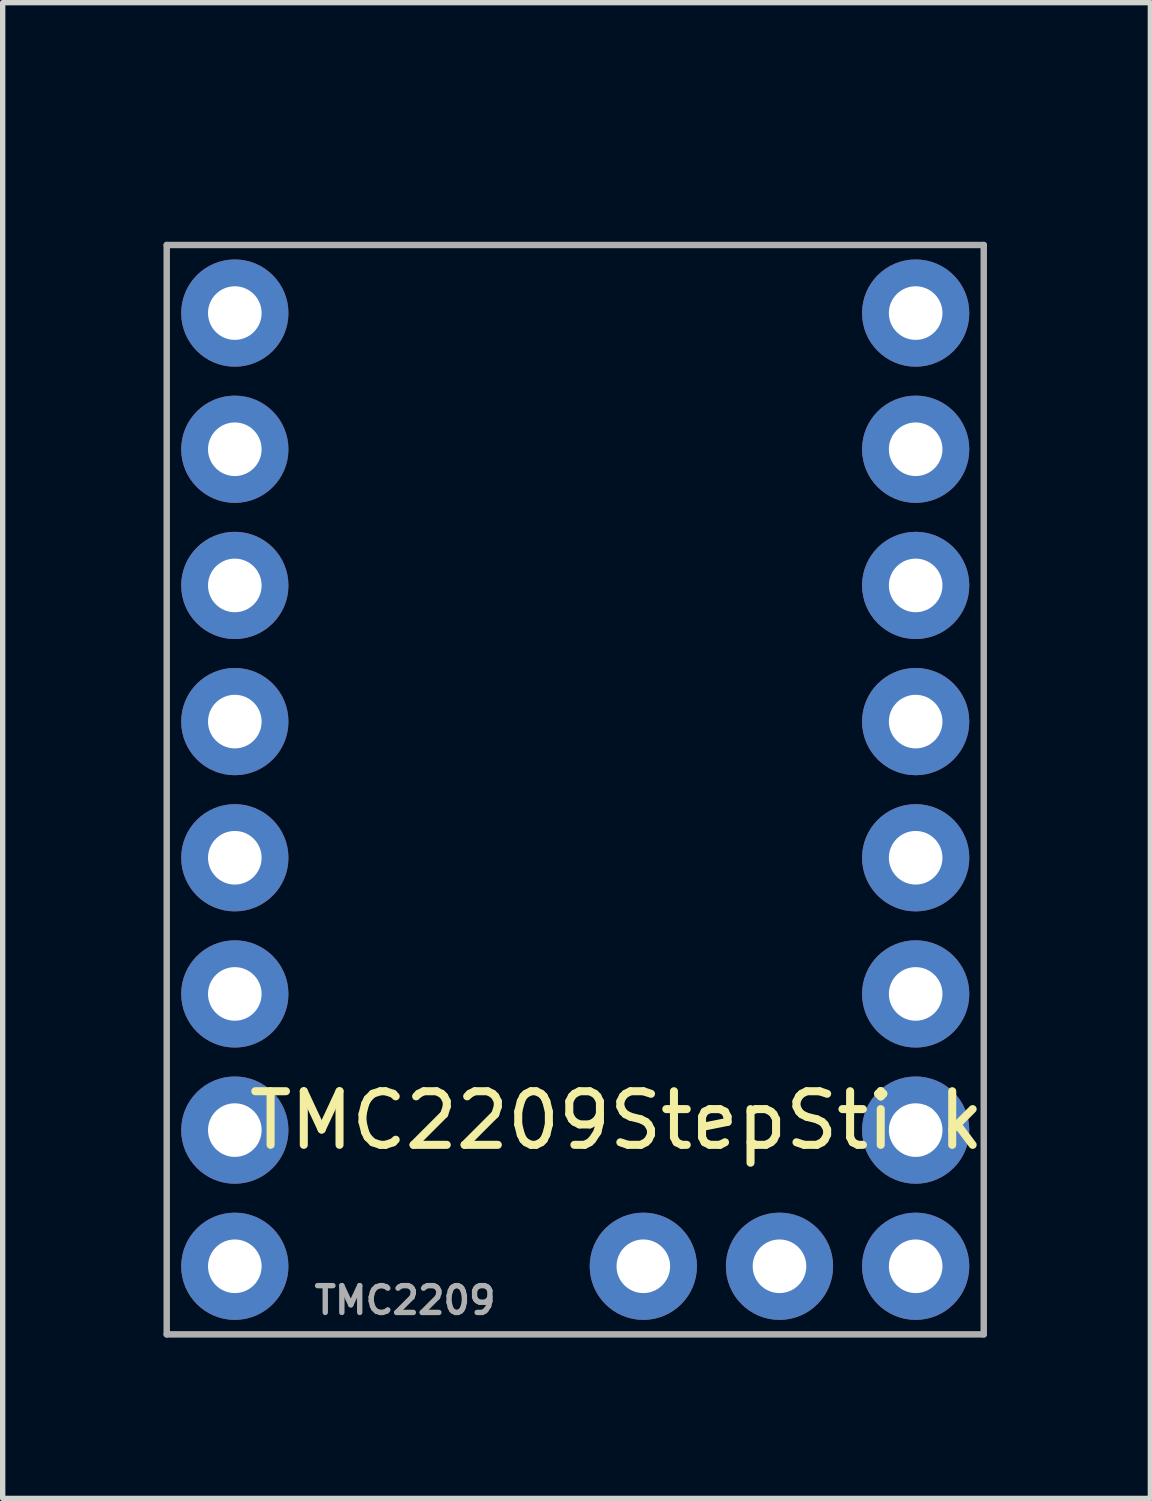
<source format=kicad_pcb>
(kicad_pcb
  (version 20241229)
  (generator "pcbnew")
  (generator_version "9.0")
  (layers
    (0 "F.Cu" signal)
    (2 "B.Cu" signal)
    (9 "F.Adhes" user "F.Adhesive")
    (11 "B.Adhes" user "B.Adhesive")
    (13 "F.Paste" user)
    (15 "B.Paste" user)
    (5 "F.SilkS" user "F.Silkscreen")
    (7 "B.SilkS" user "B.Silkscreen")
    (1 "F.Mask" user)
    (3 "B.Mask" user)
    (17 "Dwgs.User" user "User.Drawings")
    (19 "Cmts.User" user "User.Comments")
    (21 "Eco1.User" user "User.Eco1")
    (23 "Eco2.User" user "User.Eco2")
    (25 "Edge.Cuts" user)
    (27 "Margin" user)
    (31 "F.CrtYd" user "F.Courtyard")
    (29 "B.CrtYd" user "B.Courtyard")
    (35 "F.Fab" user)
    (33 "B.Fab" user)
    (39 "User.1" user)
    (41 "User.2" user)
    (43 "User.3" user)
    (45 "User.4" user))
  (footprint "TMC2209StepStick"
    (layer "F.Cu")
    (at 8.95 0.25)
    (property "Reference" "TMC2209StepStick" (at -0.5 17.6 180) (layer "F.SilkS") (effects (font (size 1 1) (thickness 0.15))))
    (attr through_hole)
    (fp_line (start -8.89 1.27) (end -8.89 21.59) (stroke (width 0.12) (type solid)) (layer "F.Fab"))
    (fp_line (start -8.89 21.59) (end 6.35 21.59) (stroke (width 0.12) (type solid)) (layer "F.Fab"))
    (fp_line (start 6.35 1.27) (end -8.89 1.27) (stroke (width 0.12) (type solid)) (layer "F.Fab"))
    (fp_line (start 6.35 21.59) (end 6.35 1.27) (stroke (width 0.12) (type solid)) (layer "F.Fab"))
    (fp_text user "TMC2209" (at -4.445 20.955 180) (layer "F.Fab") (effects (font (size 0.5 0.5) (thickness 0.1))))
    (pad "1" thru_hole circle (at -7.62 2.54) (size 2 2) (drill 1) (layers "*.Cu" "*.Mask"))
    (pad "2" thru_hole circle (at -7.62 5.08) (size 2 2) (drill 1) (layers "*.Cu" "*.Mask"))
    (pad "3" thru_hole circle (at -7.62 7.62) (size 2 2) (drill 1) (layers "*.Cu" "*.Mask"))
    (pad "4" thru_hole circle (at -7.62 10.16) (size 2 2) (drill 1) (layers "*.Cu" "*.Mask"))
    (pad "5" thru_hole circle (at -7.62 12.7) (size 2 2) (drill 1) (layers "*.Cu" "*.Mask"))
    (pad "6" thru_hole circle (at -7.62 15.24) (size 2 2) (drill 1) (layers "*.Cu" "*.Mask"))
    (pad "7" thru_hole circle (at -7.62 17.78) (size 2 2) (drill 1) (layers "*.Cu" "*.Mask"))
    (pad "8" thru_hole circle (at -7.62 20.32) (size 2 2) (drill 1) (layers "*.Cu" "*.Mask"))
    (pad "9" thru_hole circle (at 5.08 2.54) (size 2 2) (drill 1) (layers "*.Cu" "*.Mask"))
    (pad "10" thru_hole circle (at 5.08 5.08) (size 2 2) (drill 1) (layers "*.Cu" "*.Mask"))
    (pad "11" thru_hole circle (at 5.08 7.62) (size 2 2) (drill 1) (layers "*.Cu" "*.Mask"))
    (pad "12" thru_hole circle (at 5.08 10.16) (size 2 2) (drill 1) (layers "*.Cu" "*.Mask"))
    (pad "13" thru_hole circle (at 5.08 12.7) (size 2 2) (drill 1) (layers "*.Cu" "*.Mask"))
    (pad "14" thru_hole circle (at 5.08 15.24) (size 2 2) (drill 1) (layers "*.Cu" "*.Mask"))
    (pad "15" thru_hole circle (at 5.08 17.78) (size 2 2) (drill 1) (layers "*.Cu" "*.Mask"))
    (pad "16" thru_hole circle (at 5.08 20.32) (size 2 2) (drill 1) (layers "*.Cu" "*.Mask"))
    (pad "17" thru_hole circle (at 0 20.32) (size 2 2) (drill 1) (layers "*.Cu" "*.Mask"))
    (pad "18" thru_hole circle (at 2.54 20.32) (size 2 2) (drill 1) (layers "*.Cu" "*.Mask")))
  (gr_rect
    (start -3 -3)
    (end 18.408 24.9)
    (stroke (width 0.1) (type default))
    (fill no)
    (layer "Edge.Cuts")))
</source>
